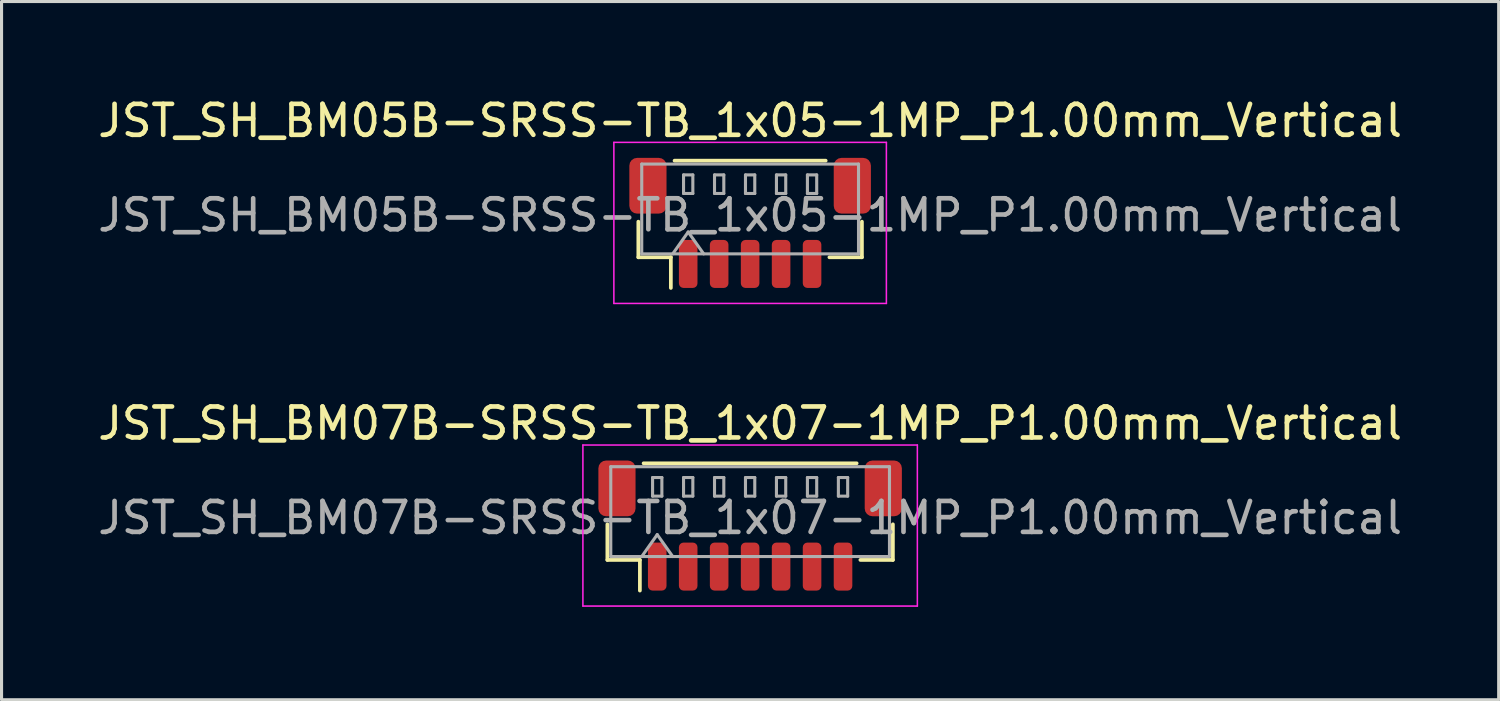
<source format=kicad_pcb>
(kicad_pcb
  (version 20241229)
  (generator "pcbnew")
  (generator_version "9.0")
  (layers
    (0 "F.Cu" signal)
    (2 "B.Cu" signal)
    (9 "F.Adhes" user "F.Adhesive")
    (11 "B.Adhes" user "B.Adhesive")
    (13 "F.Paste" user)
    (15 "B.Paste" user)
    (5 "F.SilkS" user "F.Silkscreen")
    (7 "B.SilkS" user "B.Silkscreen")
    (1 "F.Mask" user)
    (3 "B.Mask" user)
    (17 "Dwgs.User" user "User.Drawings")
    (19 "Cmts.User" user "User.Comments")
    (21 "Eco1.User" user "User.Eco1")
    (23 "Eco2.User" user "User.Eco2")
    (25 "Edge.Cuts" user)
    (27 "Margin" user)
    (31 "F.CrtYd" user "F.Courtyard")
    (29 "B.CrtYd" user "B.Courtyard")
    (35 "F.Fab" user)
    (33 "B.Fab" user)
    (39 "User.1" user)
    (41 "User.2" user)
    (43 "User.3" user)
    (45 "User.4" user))
  (footprint "JST_SH_BM05B-SRSS-TB_1x05-1MP_P1.00mm_Vertical"
    (layer "F.Cu")
    (at 21.173 4.148)
    (property "Reference" "JST_SH_BM05B-SRSS-TB_1x05-1MP_P1.00mm_Vertical" (at 0 -3.3 0) (layer "F.SilkS") (effects (font (size 1 1) (thickness 0.15))))
    (attr smd)
    (fp_line (start -3.61 -0.04) (end -3.61 1.11) (stroke (width 0.12) (type solid)) (layer "F.SilkS"))
    (fp_line (start -3.61 1.11) (end -2.56 1.11) (stroke (width 0.12) (type solid)) (layer "F.SilkS"))
    (fp_line (start -2.56 1.11) (end -2.56 2.1) (stroke (width 0.12) (type solid)) (layer "F.SilkS"))
    (fp_line (start -2.44 -2.01) (end 2.44 -2.01) (stroke (width 0.12) (type solid)) (layer "F.SilkS"))
    (fp_line (start 3.61 -0.04) (end 3.61 1.11) (stroke (width 0.12) (type solid)) (layer "F.SilkS"))
    (fp_line (start 3.61 1.11) (end 2.56 1.11) (stroke (width 0.12) (type solid)) (layer "F.SilkS"))
    (fp_line (start -4.4 -2.6) (end -4.4 2.6) (stroke (width 0.05) (type solid)) (layer "F.CrtYd"))
    (fp_line (start -4.4 2.6) (end 4.4 2.6) (stroke (width 0.05) (type solid)) (layer "F.CrtYd"))
    (fp_line (start 4.4 -2.6) (end -4.4 -2.6) (stroke (width 0.05) (type solid)) (layer "F.CrtYd"))
    (fp_line (start 4.4 2.6) (end 4.4 -2.6) (stroke (width 0.05) (type solid)) (layer "F.CrtYd"))
    (fp_line (start -3.5 -1.9) (end 3.5 -1.9) (stroke (width 0.1) (type solid)) (layer "F.Fab"))
    (fp_line (start -3.5 1) (end -3.5 -1.9) (stroke (width 0.1) (type solid)) (layer "F.Fab"))
    (fp_line (start -3.5 1) (end 3.5 1) (stroke (width 0.1) (type solid)) (layer "F.Fab"))
    (fp_line (start -2.5 1) (end -2 0.293) (stroke (width 0.1) (type solid)) (layer "F.Fab"))
    (fp_line (start -2.15 -1.55) (end -2.15 -0.95) (stroke (width 0.1) (type solid)) (layer "F.Fab"))
    (fp_line (start -2.15 -0.95) (end -1.85 -0.95) (stroke (width 0.1) (type solid)) (layer "F.Fab"))
    (fp_line (start -2 0.293) (end -1.5 1) (stroke (width 0.1) (type solid)) (layer "F.Fab"))
    (fp_line (start -1.85 -1.55) (end -2.15 -1.55) (stroke (width 0.1) (type solid)) (layer "F.Fab"))
    (fp_line (start -1.85 -0.95) (end -1.85 -1.55) (stroke (width 0.1) (type solid)) (layer "F.Fab"))
    (fp_line (start -1.15 -1.55) (end -1.15 -0.95) (stroke (width 0.1) (type solid)) (layer "F.Fab"))
    (fp_line (start -1.15 -0.95) (end -0.85 -0.95) (stroke (width 0.1) (type solid)) (layer "F.Fab"))
    (fp_line (start -0.85 -1.55) (end -1.15 -1.55) (stroke (width 0.1) (type solid)) (layer "F.Fab"))
    (fp_line (start -0.85 -0.95) (end -0.85 -1.55) (stroke (width 0.1) (type solid)) (layer "F.Fab"))
    (fp_line (start -0.15 -1.55) (end -0.15 -0.95) (stroke (width 0.1) (type solid)) (layer "F.Fab"))
    (fp_line (start -0.15 -0.95) (end 0.15 -0.95) (stroke (width 0.1) (type solid)) (layer "F.Fab"))
    (fp_line (start 0.15 -1.55) (end -0.15 -1.55) (stroke (width 0.1) (type solid)) (layer "F.Fab"))
    (fp_line (start 0.15 -0.95) (end 0.15 -1.55) (stroke (width 0.1) (type solid)) (layer "F.Fab"))
    (fp_line (start 0.85 -1.55) (end 0.85 -0.95) (stroke (width 0.1) (type solid)) (layer "F.Fab"))
    (fp_line (start 0.85 -0.95) (end 1.15 -0.95) (stroke (width 0.1) (type solid)) (layer "F.Fab"))
    (fp_line (start 1.15 -1.55) (end 0.85 -1.55) (stroke (width 0.1) (type solid)) (layer "F.Fab"))
    (fp_line (start 1.15 -0.95) (end 1.15 -1.55) (stroke (width 0.1) (type solid)) (layer "F.Fab"))
    (fp_line (start 1.85 -1.55) (end 1.85 -0.95) (stroke (width 0.1) (type solid)) (layer "F.Fab"))
    (fp_line (start 1.85 -0.95) (end 2.15 -0.95) (stroke (width 0.1) (type solid)) (layer "F.Fab"))
    (fp_line (start 2.15 -1.55) (end 1.85 -1.55) (stroke (width 0.1) (type solid)) (layer "F.Fab"))
    (fp_line (start 2.15 -0.95) (end 2.15 -1.55) (stroke (width 0.1) (type solid)) (layer "F.Fab"))
    (fp_line (start 3.5 1) (end 3.5 -1.9) (stroke (width 0.1) (type solid)) (layer "F.Fab"))
    (fp_text user "${REFERENCE}" (at 0 -0.25 0) (layer "F.Fab") (effects (font (size 1 1) (thickness 0.15))))
    (pad "1" smd roundrect (at -2 1.325) (size 0.6 1.55) (layers "F.Cu" "F.Mask" "F.Paste") (roundrect_rratio 0.25))
    (pad "2" smd roundrect (at -1 1.325) (size 0.6 1.55) (layers "F.Cu" "F.Mask" "F.Paste") (roundrect_rratio 0.25))
    (pad "3" smd roundrect (at 0 1.325) (size 0.6 1.55) (layers "F.Cu" "F.Mask" "F.Paste") (roundrect_rratio 0.25))
    (pad "4" smd roundrect (at 1 1.325) (size 0.6 1.55) (layers "F.Cu" "F.Mask" "F.Paste") (roundrect_rratio 0.25))
    (pad "5" smd roundrect (at 2 1.325) (size 0.6 1.55) (layers "F.Cu" "F.Mask" "F.Paste") (roundrect_rratio 0.25))
    (pad "MP" smd roundrect (at -3.3 -1.2) (size 1.2 1.8) (layers "F.Cu" "F.Mask" "F.Paste") (roundrect_rratio 0.208))
    (pad "MP" smd roundrect (at 3.3 -1.2) (size 1.2 1.8) (layers "F.Cu" "F.Mask" "F.Paste") (roundrect_rratio 0.208)))
  (footprint "JST_SH_BM07B-SRSS-TB_1x07-1MP_P1.00mm_Vertical"
    (layer "F.Cu")
    (at 21.173 13.921)
    (property "Reference" "JST_SH_BM07B-SRSS-TB_1x07-1MP_P1.00mm_Vertical" (at 0 -3.3 0) (layer "F.SilkS") (effects (font (size 1 1) (thickness 0.15))))
    (attr smd)
    (fp_line (start -4.61 -0.04) (end -4.61 1.11) (stroke (width 0.12) (type solid)) (layer "F.SilkS"))
    (fp_line (start -4.61 1.11) (end -3.56 1.11) (stroke (width 0.12) (type solid)) (layer "F.SilkS"))
    (fp_line (start -3.56 1.11) (end -3.56 2.1) (stroke (width 0.12) (type solid)) (layer "F.SilkS"))
    (fp_line (start -3.44 -2.01) (end 3.44 -2.01) (stroke (width 0.12) (type solid)) (layer "F.SilkS"))
    (fp_line (start 4.61 -0.04) (end 4.61 1.11) (stroke (width 0.12) (type solid)) (layer "F.SilkS"))
    (fp_line (start 4.61 1.11) (end 3.56 1.11) (stroke (width 0.12) (type solid)) (layer "F.SilkS"))
    (fp_line (start -5.4 -2.6) (end -5.4 2.6) (stroke (width 0.05) (type solid)) (layer "F.CrtYd"))
    (fp_line (start -5.4 2.6) (end 5.4 2.6) (stroke (width 0.05) (type solid)) (layer "F.CrtYd"))
    (fp_line (start 5.4 -2.6) (end -5.4 -2.6) (stroke (width 0.05) (type solid)) (layer "F.CrtYd"))
    (fp_line (start 5.4 2.6) (end 5.4 -2.6) (stroke (width 0.05) (type solid)) (layer "F.CrtYd"))
    (fp_line (start -4.5 -1.9) (end 4.5 -1.9) (stroke (width 0.1) (type solid)) (layer "F.Fab"))
    (fp_line (start -4.5 1) (end -4.5 -1.9) (stroke (width 0.1) (type solid)) (layer "F.Fab"))
    (fp_line (start -4.5 1) (end 4.5 1) (stroke (width 0.1) (type solid)) (layer "F.Fab"))
    (fp_line (start -3.5 1) (end -3 0.293) (stroke (width 0.1) (type solid)) (layer "F.Fab"))
    (fp_line (start -3.15 -1.55) (end -3.15 -0.95) (stroke (width 0.1) (type solid)) (layer "F.Fab"))
    (fp_line (start -3.15 -0.95) (end -2.85 -0.95) (stroke (width 0.1) (type solid)) (layer "F.Fab"))
    (fp_line (start -3 0.293) (end -2.5 1) (stroke (width 0.1) (type solid)) (layer "F.Fab"))
    (fp_line (start -2.85 -1.55) (end -3.15 -1.55) (stroke (width 0.1) (type solid)) (layer "F.Fab"))
    (fp_line (start -2.85 -0.95) (end -2.85 -1.55) (stroke (width 0.1) (type solid)) (layer "F.Fab"))
    (fp_line (start -2.15 -1.55) (end -2.15 -0.95) (stroke (width 0.1) (type solid)) (layer "F.Fab"))
    (fp_line (start -2.15 -0.95) (end -1.85 -0.95) (stroke (width 0.1) (type solid)) (layer "F.Fab"))
    (fp_line (start -1.85 -1.55) (end -2.15 -1.55) (stroke (width 0.1) (type solid)) (layer "F.Fab"))
    (fp_line (start -1.85 -0.95) (end -1.85 -1.55) (stroke (width 0.1) (type solid)) (layer "F.Fab"))
    (fp_line (start -1.15 -1.55) (end -1.15 -0.95) (stroke (width 0.1) (type solid)) (layer "F.Fab"))
    (fp_line (start -1.15 -0.95) (end -0.85 -0.95) (stroke (width 0.1) (type solid)) (layer "F.Fab"))
    (fp_line (start -0.85 -1.55) (end -1.15 -1.55) (stroke (width 0.1) (type solid)) (layer "F.Fab"))
    (fp_line (start -0.85 -0.95) (end -0.85 -1.55) (stroke (width 0.1) (type solid)) (layer "F.Fab"))
    (fp_line (start -0.15 -1.55) (end -0.15 -0.95) (stroke (width 0.1) (type solid)) (layer "F.Fab"))
    (fp_line (start -0.15 -0.95) (end 0.15 -0.95) (stroke (width 0.1) (type solid)) (layer "F.Fab"))
    (fp_line (start 0.15 -1.55) (end -0.15 -1.55) (stroke (width 0.1) (type solid)) (layer "F.Fab"))
    (fp_line (start 0.15 -0.95) (end 0.15 -1.55) (stroke (width 0.1) (type solid)) (layer "F.Fab"))
    (fp_line (start 0.85 -1.55) (end 0.85 -0.95) (stroke (width 0.1) (type solid)) (layer "F.Fab"))
    (fp_line (start 0.85 -0.95) (end 1.15 -0.95) (stroke (width 0.1) (type solid)) (layer "F.Fab"))
    (fp_line (start 1.15 -1.55) (end 0.85 -1.55) (stroke (width 0.1) (type solid)) (layer "F.Fab"))
    (fp_line (start 1.15 -0.95) (end 1.15 -1.55) (stroke (width 0.1) (type solid)) (layer "F.Fab"))
    (fp_line (start 1.85 -1.55) (end 1.85 -0.95) (stroke (width 0.1) (type solid)) (layer "F.Fab"))
    (fp_line (start 1.85 -0.95) (end 2.15 -0.95) (stroke (width 0.1) (type solid)) (layer "F.Fab"))
    (fp_line (start 2.15 -1.55) (end 1.85 -1.55) (stroke (width 0.1) (type solid)) (layer "F.Fab"))
    (fp_line (start 2.15 -0.95) (end 2.15 -1.55) (stroke (width 0.1) (type solid)) (layer "F.Fab"))
    (fp_line (start 2.85 -1.55) (end 2.85 -0.95) (stroke (width 0.1) (type solid)) (layer "F.Fab"))
    (fp_line (start 2.85 -0.95) (end 3.15 -0.95) (stroke (width 0.1) (type solid)) (layer "F.Fab"))
    (fp_line (start 3.15 -1.55) (end 2.85 -1.55) (stroke (width 0.1) (type solid)) (layer "F.Fab"))
    (fp_line (start 3.15 -0.95) (end 3.15 -1.55) (stroke (width 0.1) (type solid)) (layer "F.Fab"))
    (fp_line (start 4.5 1) (end 4.5 -1.9) (stroke (width 0.1) (type solid)) (layer "F.Fab"))
    (fp_text user "${REFERENCE}" (at 0 -0.25 0) (layer "F.Fab") (effects (font (size 1 1) (thickness 0.15))))
    (pad "1" smd roundrect (at -3 1.325) (size 0.6 1.55) (layers "F.Cu" "F.Mask" "F.Paste") (roundrect_rratio 0.25))
    (pad "2" smd roundrect (at -2 1.325) (size 0.6 1.55) (layers "F.Cu" "F.Mask" "F.Paste") (roundrect_rratio 0.25))
    (pad "3" smd roundrect (at -1 1.325) (size 0.6 1.55) (layers "F.Cu" "F.Mask" "F.Paste") (roundrect_rratio 0.25))
    (pad "4" smd roundrect (at 0 1.325) (size 0.6 1.55) (layers "F.Cu" "F.Mask" "F.Paste") (roundrect_rratio 0.25))
    (pad "5" smd roundrect (at 1 1.325) (size 0.6 1.55) (layers "F.Cu" "F.Mask" "F.Paste") (roundrect_rratio 0.25))
    (pad "6" smd roundrect (at 2 1.325) (size 0.6 1.55) (layers "F.Cu" "F.Mask" "F.Paste") (roundrect_rratio 0.25))
    (pad "7" smd roundrect (at 3 1.325) (size 0.6 1.55) (layers "F.Cu" "F.Mask" "F.Paste") (roundrect_rratio 0.25))
    (pad "MP" smd roundrect (at -4.3 -1.2) (size 1.2 1.8) (layers "F.Cu" "F.Mask" "F.Paste") (roundrect_rratio 0.208))
    (pad "MP" smd roundrect (at 4.3 -1.2) (size 1.2 1.8) (layers "F.Cu" "F.Mask" "F.Paste") (roundrect_rratio 0.208)))
  (gr_rect
    (start -3 -3)
    (end 45.345 19.547)
    (stroke (width 0.1) (type default))
    (fill no)
    (layer "Edge.Cuts")))
</source>
